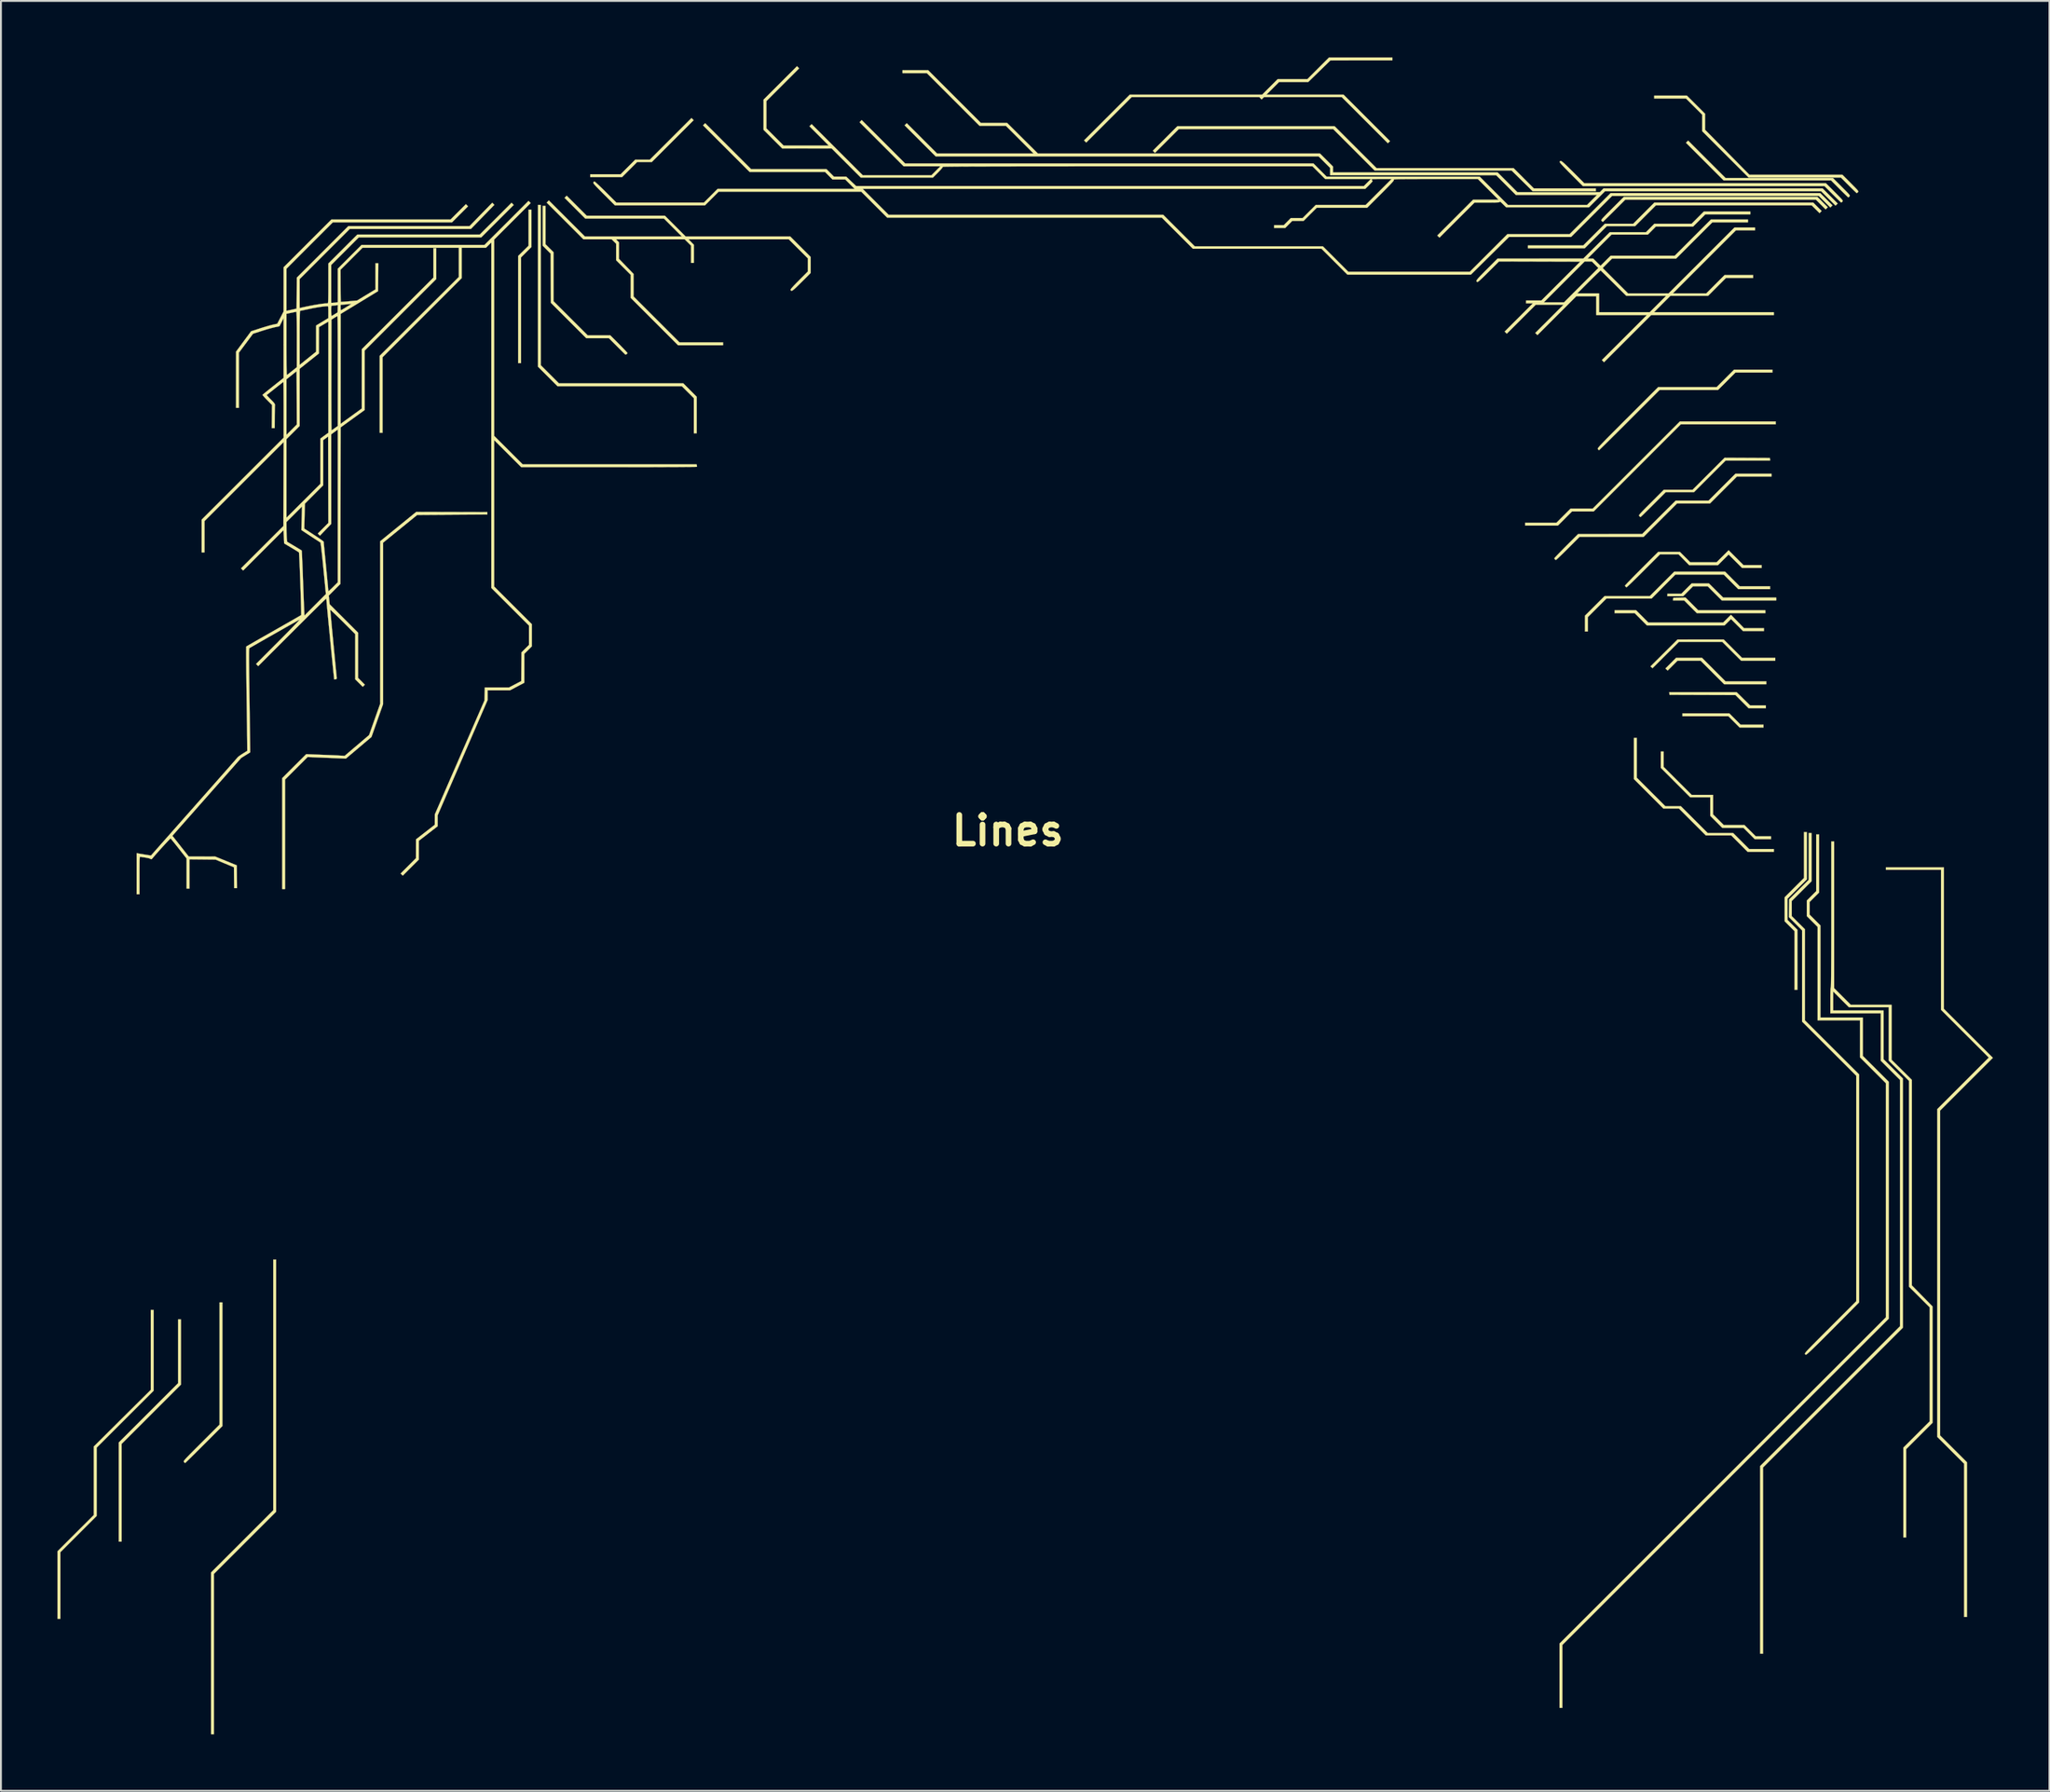
<source format=kicad_pcb>
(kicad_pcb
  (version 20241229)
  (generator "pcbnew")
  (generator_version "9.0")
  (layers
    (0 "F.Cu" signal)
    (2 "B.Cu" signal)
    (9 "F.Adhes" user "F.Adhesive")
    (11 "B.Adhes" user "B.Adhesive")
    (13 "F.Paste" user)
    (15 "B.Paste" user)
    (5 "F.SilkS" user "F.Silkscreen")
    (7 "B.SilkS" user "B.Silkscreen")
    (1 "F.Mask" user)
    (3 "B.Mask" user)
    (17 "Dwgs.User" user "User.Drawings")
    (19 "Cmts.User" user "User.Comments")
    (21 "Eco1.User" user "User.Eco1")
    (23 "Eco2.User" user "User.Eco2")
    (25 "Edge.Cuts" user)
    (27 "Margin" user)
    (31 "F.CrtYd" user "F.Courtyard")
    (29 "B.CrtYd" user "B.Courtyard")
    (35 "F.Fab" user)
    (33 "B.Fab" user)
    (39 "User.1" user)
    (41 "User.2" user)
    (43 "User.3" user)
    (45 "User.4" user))
  (footprint "Lines"
    (layer "F.Cu")
    (at 50.605 45.505)
    (property "Reference" "Lines" (at -0.16 -4.45 0) (layer "F.SilkS") (effects (font (size 1.524 1.524) (thickness 0.3))))
    (attr through_hole)
    (fp_poly (pts (xy -44.05 24.963) (xy -45.625 26.538) (xy -47.2 28.112) (xy -47.2 33.3) (xy -47.35 33.3) (xy -47.35 28.037) (xy -45.775 26.462) (xy -44.2 24.888) (xy -44.2 21.5) (xy -44.05 21.5) (xy -44.05 24.963)) (stroke (width 0.01) (type solid)) (fill yes) (layer "F.SilkS"))
    (fp_poly (pts (xy -25.45 -35.437) (xy -25.725 -35.163) (xy -26 -34.888) (xy -26 -29.275) (xy -26.15 -29.275) (xy -26.15 -34.965) (xy -25.875 -35.236) (xy -25.6 -35.507) (xy -25.6 -37.425) (xy -25.45 -37.425) (xy -25.45 -35.437)) (stroke (width 0.01) (type solid)) (fill yes) (layer "F.SilkS"))
    (fp_poly (pts (xy 36.15 -16.488) (xy 36.487 -16.15) (xy 40.05 -16.15) (xy 40.05 -16) (xy 36.412 -16) (xy 36.075 -16.337) (xy 35.738 -16.675) (xy 35.147 -16.675) (xy 35.163 -16.812) (xy 35.812 -16.826) (xy 36.15 -16.488)) (stroke (width 0.01) (type solid)) (fill yes) (layer "F.SilkS"))
    (fp_poly (pts (xy 38.438 -10.375) (xy 38.737 -10.075) (xy 39.95 -10.075) (xy 39.95 -9.925) (xy 38.687 -9.925) (xy 38.388 -10.225) (xy 38.088 -10.525) (xy 35.65 -10.525) (xy 35.65 -10.675) (xy 38.138 -10.675) (xy 38.438 -10.375)) (stroke (width 0.01) (type solid)) (fill yes) (layer "F.SilkS"))
    (fp_poly (pts (xy -39 31.713) (xy -40.65 33.362) (xy -42.3 35.012) (xy -42.3 39.269) (xy -42.3 43.525) (xy -42.45 43.525) (xy -42.45 34.937) (xy -40.8 33.288) (xy -39.15 31.638) (xy -39.15 18.325) (xy -39 18.325) (xy -39 31.713)) (stroke (width 0.01) (type solid)) (fill yes) (layer "F.SilkS"))
    (fp_poly (pts (xy 38.882 -11.451) (xy 39.237 -11.101) (xy 40.075 -11.1) (xy 40.075 -10.95) (xy 39.162 -10.95) (xy 38.813 -11.3) (xy 38.464 -11.65) (xy 36.713 -11.656) (xy 34.962 -11.662) (xy 34.947 -11.8) (xy 38.526 -11.8) (xy 38.882 -11.451)) (stroke (width 0.01) (type solid)) (fill yes) (layer "F.SilkS"))
    (fp_poly (pts (xy -24.95 -29.162) (xy -23.987 -28.2) (xy -17.387 -28.2) (xy -17.031 -27.843) (xy -16.675 -27.487) (xy -16.675 -25.55) (xy -16.825 -25.55) (xy -16.825 -27.413) (xy -17.463 -28.05) (xy -24.062 -28.05) (xy -25.1 -29.087) (xy -25.1 -37.675) (xy -24.95 -37.675) (xy -24.95 -29.162)) (stroke (width 0.01) (type solid)) (fill yes) (layer "F.SilkS"))
    (fp_poly (pts (xy -16.838 -42.174) (xy -17.95 -41.062) (xy -19.062 -39.95) (xy -19.838 -39.95) (xy -20.238 -39.55) (xy -20.637 -39.15) (xy -22.325 -39.15) (xy -22.325 -39.3) (xy -20.712 -39.3) (xy -20.325 -39.688) (xy -19.938 -40.075) (xy -19.163 -40.075) (xy -18.057 -41.181) (xy -16.951 -42.287) (xy -16.838 -42.174)) (stroke (width 0.01) (type solid)) (fill yes) (layer "F.SilkS"))
    (fp_poly (pts (xy 37.312 -13) (xy 37.937 -12.375) (xy 40.1 -12.375) (xy 40.1 -12.225) (xy 37.862 -12.225) (xy 37.237 -12.85) (xy 36.613 -13.475) (xy 35.387 -13.475) (xy 35.126 -13.213) (xy 34.865 -12.951) (xy 34.806 -13.006) (xy 34.748 -13.06) (xy 35.312 -13.625) (xy 36.688 -13.625) (xy 37.312 -13)) (stroke (width 0.01) (type solid)) (fill yes) (layer "F.SilkS"))
    (fp_poly (pts (xy 38.325 -14.113) (xy 38.812 -13.625) (xy 40.575 -13.625) (xy 40.575 -13.475) (xy 38.762 -13.475) (xy 38.263 -13.975) (xy 37.763 -14.475) (xy 35.463 -14.475) (xy 34.763 -13.776) (xy 34.062 -13.078) (xy 33.952 -13.169) (xy 34.67 -13.884) (xy 35.388 -14.599) (xy 37.838 -14.6) (xy 38.325 -14.113)) (stroke (width 0.01) (type solid)) (fill yes) (layer "F.SilkS"))
    (fp_poly (pts (xy 37.811 -16.825) (xy 40.625 -16.825) (xy 40.625 -16.675) (xy 37.737 -16.675) (xy 37.362 -17.05) (xy 36.988 -17.425) (xy 36.212 -17.425) (xy 35.95 -17.163) (xy 35.688 -16.9) (xy 34.85 -16.9) (xy 34.85 -17.025) (xy 35.588 -17.025) (xy 35.862 -17.3) (xy 36.137 -17.575) (xy 37.055 -17.575) (xy 37.811 -16.825)) (stroke (width 0.01) (type solid)) (fill yes) (layer "F.SilkS"))
    (fp_poly (pts (xy 40.6 -26.025) (xy 35.562 -26.025) (xy 33.25 -23.712) (xy 30.938 -21.4) (xy 29.787 -21.4) (xy 29.413 -21.025) (xy 29.038 -20.65) (xy 27.3 -20.65) (xy 27.3 -20.8) (xy 28.963 -20.8) (xy 29.337 -21.175) (xy 29.712 -21.55) (xy 30.888 -21.55) (xy 33.2 -23.863) (xy 35.512 -26.175) (xy 40.6 -26.175) (xy 40.6 -26.025)) (stroke (width 0.01) (type solid)) (fill yes) (layer "F.SilkS"))
    (fp_poly (pts (xy 42.25 -1.862) (xy 41.737 -1.35) (xy 41.225 -0.838) (xy 41.225 0.288) (xy 41.487 0.55) (xy 41.75 0.812) (xy 41.75 4) (xy 41.6 4) (xy 41.6 0.887) (xy 41.337 0.625) (xy 41.075 0.363) (xy 41.075 -0.913) (xy 41.587 -1.425) (xy 42.1 -1.937) (xy 42.1 -4.375) (xy 42.25 -4.375) (xy 42.25 -1.862)) (stroke (width 0.01) (type solid)) (fill yes) (layer "F.SilkS"))
    (fp_poly (pts (xy -45.5 23.144) (xy -45.5 25.288) (xy -47.013 26.8) (xy -48.525 28.312) (xy -48.525 30.125) (xy -48.525 31.938) (xy -49.487 32.9) (xy -50.45 33.862) (xy -50.45 37.4) (xy -50.6 37.4) (xy -50.6 33.812) (xy -49.638 32.85) (xy -48.675 31.888) (xy -48.675 28.25) (xy -47.163 26.746) (xy -45.65 25.243) (xy -45.65 21) (xy -45.5 21) (xy -45.5 23.144)) (stroke (width 0.01) (type solid)) (fill yes) (layer "F.SilkS"))
    (fp_poly (pts (xy 18.3 -40.737) (xy 19.412 -39.625) (xy 26.688 -39.625) (xy 27.225 -39.087) (xy 27.762 -38.55) (xy 31.05 -38.55) (xy 31.05 -38.4) (xy 27.701 -38.4) (xy 26.581 -39.5) (xy 19.312 -39.5) (xy 18.212 -40.6) (xy 17.113 -41.7) (xy 8.913 -41.7) (xy 8.282 -41.069) (xy 7.651 -40.438) (xy 7.538 -40.551) (xy 8.188 -41.2) (xy 8.837 -41.85) (xy 17.188 -41.85) (xy 18.3 -40.737)) (stroke (width 0.01) (type solid)) (fill yes) (layer "F.SilkS"))
    (fp_poly (pts (xy 43.036 -37.35) (xy 42.925 -37.239) (xy 42.718 -37.444) (xy 42.511 -37.65) (xy 34.237 -37.65) (xy 33.688 -37.1) (xy 33.138 -36.55) (xy 31.637 -36.55) (xy 31.05 -35.962) (xy 30.463 -35.375) (xy 27.45 -35.375) (xy 27.45 -35.525) (xy 30.388 -35.525) (xy 30.962 -36.1) (xy 31.537 -36.675) (xy 33.038 -36.675) (xy 33.6 -37.237) (xy 34.162 -37.8) (xy 42.589 -37.8) (xy 43.036 -37.35)) (stroke (width 0.01) (type solid)) (fill yes) (layer "F.SilkS"))
    (fp_poly (pts (xy 33.513 -15.825) (xy 33.837 -15.5) (xy 37.811 -15.5) (xy 38.018 -15.705) (xy 38.224 -15.91) (xy 38.571 -15.555) (xy 38.918 -15.2) (xy 39.975 -15.2) (xy 39.975 -15.05) (xy 38.862 -15.05) (xy 38.544 -15.368) (xy 38.226 -15.687) (xy 38.056 -15.518) (xy 37.886 -15.35) (xy 33.762 -15.35) (xy 33.438 -15.675) (xy 33.113 -16) (xy 32.05 -16) (xy 32.05 -16.15) (xy 33.188 -16.15) (xy 33.513 -15.825)) (stroke (width 0.01) (type solid)) (fill yes) (layer "F.SilkS"))
    (fp_poly (pts (xy 33.225 -7.262) (xy 33.981 -6.506) (xy 34.738 -5.75) (xy 35.563 -5.75) (xy 36.275 -5.037) (xy 36.987 -4.325) (xy 38.338 -4.325) (xy 38.763 -3.9) (xy 39.187 -3.475) (xy 40.5 -3.475) (xy 40.5 -3.325) (xy 39.112 -3.325) (xy 38.675 -3.763) (xy 38.238 -4.2) (xy 36.887 -4.2) (xy 36.175 -4.912) (xy 35.463 -5.625) (xy 34.637 -5.625) (xy 33.075 -7.188) (xy 33.075 -9.375) (xy 33.225 -9.375) (xy 33.225 -7.262)) (stroke (width 0.01) (type solid)) (fill yes) (layer "F.SilkS"))
    (fp_poly (pts (xy 49.525 5.013) (xy 50.825 6.313) (xy 52.125 7.612) (xy 50.725 9.012) (xy 49.325 10.413) (xy 49.325 27.663) (xy 50.038 28.375) (xy 50.75 29.087) (xy 50.75 37.3) (xy 50.6 37.3) (xy 50.6 29.162) (xy 49.888 28.45) (xy 49.175 27.738) (xy 49.175 10.338) (xy 51.912 7.6) (xy 50.644 6.331) (xy 49.375 5.062) (xy 49.375 -2.375) (xy 46.45 -2.375) (xy 46.45 -2.5) (xy 49.525 -2.5) (xy 49.525 5.013)) (stroke (width 0.01) (type solid)) (fill yes) (layer "F.SilkS"))
    (fp_poly (pts (xy 34.65 -7.837) (xy 35.394 -7.094) (xy 36.138 -6.35) (xy 37.275 -6.35) (xy 37.275 -5.312) (xy 37.557 -5.031) (xy 37.838 -4.75) (xy 38.938 -4.75) (xy 39.237 -4.45) (xy 39.537 -4.15) (xy 40.35 -4.15) (xy 40.35 -4) (xy 39.487 -4) (xy 39.188 -4.3) (xy 38.888 -4.6) (xy 37.762 -4.6) (xy 37.125 -5.238) (xy 37.125 -6.225) (xy 36.059 -6.225) (xy 34.5 -7.787) (xy 34.5 -8.65) (xy 34.65 -8.65) (xy 34.65 -7.837)) (stroke (width 0.01) (type solid)) (fill yes) (layer "F.SilkS"))
    (fp_poly (pts (xy 38.3 -17.812) (xy 38.687 -17.425) (xy 40.3 -17.425) (xy 40.3 -17.275) (xy 38.612 -17.275) (xy 38.225 -17.663) (xy 37.838 -18.05) (xy 35.274 -18.05) (xy 34.643 -17.413) (xy 34.012 -16.775) (xy 31.612 -16.775) (xy 31.119 -16.281) (xy 30.625 -15.787) (xy 30.625 -15.025) (xy 30.475 -15.025) (xy 30.475 -15.863) (xy 30.994 -16.381) (xy 31.513 -16.9) (xy 33.913 -16.9) (xy 34.562 -17.55) (xy 35.212 -18.2) (xy 37.913 -18.2) (xy 38.3 -17.812)) (stroke (width 0.01) (type solid)) (fill yes) (layer "F.SilkS"))
    (fp_poly (pts (xy 36.944 -40.093) (xy 37.938 -39.1) (xy 43.638 -39.1) (xy 44.099 -38.639) (xy 44.238 -38.499) (xy 44.346 -38.39) (xy 44.425 -38.308) (xy 44.479 -38.248) (xy 44.513 -38.205) (xy 44.529 -38.176) (xy 44.532 -38.155) (xy 44.524 -38.138) (xy 44.514 -38.126) (xy 44.475 -38.089) (xy 44.452 -38.075) (xy 44.431 -38.092) (xy 44.38 -38.14) (xy 44.303 -38.214) (xy 44.205 -38.309) (xy 44.092 -38.42) (xy 43.987 -38.525) (xy 43.538 -38.975) (xy 37.837 -38.975) (xy 36.838 -39.975) (xy 35.838 -40.974) (xy 35.951 -41.087) (xy 36.944 -40.093)) (stroke (width 0.01) (type solid)) (fill yes) (layer "F.SilkS"))
    (fp_poly (pts (xy -41.85 27.163) (xy -42.831 28.144) (xy -43.014 28.327) (xy -43.187 28.498) (xy -43.345 28.656) (xy -43.487 28.796) (xy -43.608 28.915) (xy -43.706 29.011) (xy -43.777 29.079) (xy -43.818 29.118) (xy -43.827 29.125) (xy -43.853 29.108) (xy -43.889 29.074) (xy -43.898 29.062) (xy -43.903 29.049) (xy -43.9 29.032) (xy -43.888 29.007) (xy -43.863 28.973) (xy -43.823 28.925) (xy -43.765 28.861) (xy -43.686 28.779) (xy -43.585 28.675) (xy -43.458 28.546) (xy -43.302 28.39) (xy -43.116 28.204) (xy -42.967 28.055) (xy -42 27.087) (xy -42 20.6) (xy -41.85 20.6) (xy -41.85 27.163)) (stroke (width 0.01) (type solid)) (fill yes) (layer "F.SilkS"))
    (fp_poly (pts (xy 43.087 -37.825) (xy 43.361 -37.55) (xy 43.25 -37.439) (xy 42.993 -37.694) (xy 42.737 -37.95) (xy 32.612 -37.95) (xy 32.025 -37.362) (xy 31.884 -37.222) (xy 31.755 -37.094) (xy 31.641 -36.982) (xy 31.546 -36.89) (xy 31.476 -36.822) (xy 31.433 -36.783) (xy 31.423 -36.775) (xy 31.397 -36.792) (xy 31.361 -36.826) (xy 31.35 -36.841) (xy 31.345 -36.856) (xy 31.349 -36.877) (xy 31.365 -36.906) (xy 31.398 -36.947) (xy 31.45 -37.005) (xy 31.524 -37.083) (xy 31.623 -37.185) (xy 31.752 -37.314) (xy 31.912 -37.474) (xy 31.926 -37.489) (xy 32.537 -38.1) (xy 42.813 -38.1) (xy 43.087 -37.825)) (stroke (width 0.01) (type solid)) (fill yes) (layer "F.SilkS"))
    (fp_poly (pts (xy 42.9 -1.162) (xy 42.65 -0.913) (xy 42.4 -0.663) (xy 42.4 0.013) (xy 42.688 0.3) (xy 42.975 0.587) (xy 42.975 5.475) (xy 45.225 5.475) (xy 45.225 7.513) (xy 45.913 8.2) (xy 46.6 8.887) (xy 46.6 21.463) (xy 37.938 30.125) (xy 29.275 38.787) (xy 29.275 42.125) (xy 29.125 42.125) (xy 29.125 38.712) (xy 37.788 30.05) (xy 46.45 21.388) (xy 46.45 8.962) (xy 45.763 8.275) (xy 45.075 7.588) (xy 45.075 5.625) (xy 42.825 5.625) (xy 42.825 0.662) (xy 42.538 0.375) (xy 42.25 0.088) (xy 42.25 -0.738) (xy 42.5 -0.988) (xy 42.75 -1.237) (xy 42.75 -4.25) (xy 42.9 -4.25) (xy 42.9 -1.162)) (stroke (width 0.01) (type solid)) (fill yes) (layer "F.SilkS"))
    (fp_poly (pts (xy -27.788 -21.363) (xy -27.788 -21.238) (xy -31.512 -21.212) (xy -33.324 -19.738) (xy -33.324 -11.162) (xy -33.937 -9.425) (xy -34.617 -8.85) (xy -35.296 -8.276) (xy -36.312 -8.318) (xy -37.328 -8.36) (xy -37.926 -7.761) (xy -38.525 -7.163) (xy -38.525 -1.35) (xy -38.675 -1.35) (xy -38.675 -7.238) (xy -38.039 -7.874) (xy -37.402 -8.51) (xy -36.595 -8.479) (xy -36.387 -8.471) (xy -36.186 -8.463) (xy -35.998 -8.455) (xy -35.833 -8.447) (xy -35.698 -8.441) (xy -35.601 -8.436) (xy -35.575 -8.434) (xy -35.362 -8.42) (xy -34.713 -8.972) (xy -34.064 -9.524) (xy -33.77 -10.356) (xy -33.475 -11.188) (xy -33.475 -15.502) (xy -33.475 -19.816) (xy -31.562 -21.373) (xy -27.788 -21.363)) (stroke (width 0.01) (type solid)) (fill yes) (layer "F.SilkS"))
    (fp_poly (pts (xy -24.7 -35.586) (xy -24.488 -35.375) (xy -24.275 -35.164) (xy -24.275 -32.562) (xy -23.369 -31.656) (xy -22.462 -30.75) (xy -21.262 -30.75) (xy -20.806 -30.294) (xy -20.683 -30.169) (xy -20.572 -30.055) (xy -20.479 -29.957) (xy -20.408 -29.879) (xy -20.363 -29.827) (xy -20.35 -29.807) (xy -20.369 -29.776) (xy -20.411 -29.743) (xy -20.452 -29.725) (xy -20.455 -29.725) (xy -20.474 -29.742) (xy -20.524 -29.79) (xy -20.599 -29.863) (xy -20.694 -29.958) (xy -20.806 -30.069) (xy -20.9 -30.163) (xy -21.337 -30.6) (xy -22.538 -30.6) (xy -23.475 -31.538) (xy -24.413 -32.475) (xy -24.419 -33.781) (xy -24.425 -35.087) (xy -24.85 -35.513) (xy -24.85 -37.625) (xy -24.7 -37.625) (xy -24.7 -35.586)) (stroke (width 0.01) (type solid)) (fill yes) (layer "F.SilkS"))
    (fp_poly (pts (xy 40.288 -24.238) (xy 40.295 -24.169) (xy 40.303 -24.1) (xy 37.937 -24.1) (xy 37.1 -23.262) (xy 36.263 -22.425) (xy 34.762 -22.425) (xy 34.1 -21.762) (xy 33.95 -21.613) (xy 33.812 -21.476) (xy 33.688 -21.354) (xy 33.584 -21.251) (xy 33.502 -21.172) (xy 33.447 -21.121) (xy 33.423 -21.1) (xy 33.423 -21.1) (xy 33.397 -21.117) (xy 33.361 -21.151) (xy 33.35 -21.165) (xy 33.345 -21.18) (xy 33.349 -21.2) (xy 33.365 -21.228) (xy 33.395 -21.268) (xy 33.445 -21.324) (xy 33.515 -21.398) (xy 33.609 -21.495) (xy 33.731 -21.618) (xy 33.884 -21.771) (xy 33.989 -21.876) (xy 34.662 -22.55) (xy 36.188 -22.55) (xy 37.038 -23.4) (xy 37.888 -24.25) (xy 40.288 -24.238)) (stroke (width 0.01) (type solid)) (fill yes) (layer "F.SilkS"))
    (fp_poly (pts (xy 20.25 -45.35) (xy 16.962 -45.348) (xy 16.375 -44.774) (xy 15.787 -44.201) (xy 15.012 -44.201) (xy 14.237 -44.2) (xy 13.9 -43.863) (xy 13.563 -43.525) (xy 17.663 -43.525) (xy 18.895 -42.293) (xy 20.127 -41.06) (xy 20.069 -41.006) (xy 20.011 -40.951) (xy 18.787 -42.176) (xy 17.563 -43.4) (xy 15.501 -43.4) (xy 13.44 -43.4) (xy 13.375 -43.337) (xy 13.309 -43.274) (xy 13.191 -43.4) (xy 9.802 -43.4) (xy 6.413 -43.4) (xy 5.207 -42.194) (xy 4.001 -40.988) (xy 3.888 -41.101) (xy 5.1 -42.313) (xy 6.312 -43.525) (xy 13.338 -43.525) (xy 13.75 -43.938) (xy 14.162 -44.35) (xy 15.738 -44.35) (xy 16.312 -44.925) (xy 16.887 -45.5) (xy 20.25 -45.5) (xy 20.25 -45.35)) (stroke (width 0.01) (type solid)) (fill yes) (layer "F.SilkS"))
    (fp_poly (pts (xy 40.375 -23.25) (xy 38.537 -23.25) (xy 37.825 -22.538) (xy 37.113 -21.825) (xy 35.362 -21.825) (xy 34.475 -20.938) (xy 33.588 -20.05) (xy 30.187 -20.05) (xy 29.575 -19.438) (xy 29.431 -19.294) (xy 29.297 -19.162) (xy 29.178 -19.047) (xy 29.079 -18.951) (xy 29.002 -18.88) (xy 28.953 -18.837) (xy 28.936 -18.825) (xy 28.897 -18.841) (xy 28.88 -18.855) (xy 28.854 -18.896) (xy 28.85 -18.911) (xy 28.867 -18.935) (xy 28.916 -18.989) (xy 28.992 -19.07) (xy 29.092 -19.174) (xy 29.211 -19.296) (xy 29.346 -19.433) (xy 29.481 -19.569) (xy 30.113 -20.2) (xy 33.513 -20.201) (xy 34.403 -21.088) (xy 35.294 -21.975) (xy 37.038 -21.975) (xy 37.75 -22.688) (xy 38.462 -23.4) (xy 40.375 -23.4) (xy 40.375 -23.25)) (stroke (width 0.01) (type solid)) (fill yes) (layer "F.SilkS"))
    (fp_poly (pts (xy 36.369 -42.994) (xy 36.85 -42.513) (xy 36.85 -42.088) (xy 36.85 -41.663) (xy 38.027 -40.469) (xy 39.204 -39.275) (xy 44.138 -39.275) (xy 44.574 -38.839) (xy 44.709 -38.703) (xy 44.812 -38.599) (xy 44.887 -38.52) (xy 44.938 -38.464) (xy 44.968 -38.424) (xy 44.981 -38.396) (xy 44.981 -38.376) (xy 44.971 -38.36) (xy 44.964 -38.351) (xy 44.925 -38.314) (xy 44.902 -38.3) (xy 44.881 -38.317) (xy 44.83 -38.364) (xy 44.753 -38.438) (xy 44.657 -38.532) (xy 44.546 -38.641) (xy 44.475 -38.712) (xy 44.063 -39.125) (xy 39.163 -39.125) (xy 37.931 -40.356) (xy 36.7 -41.587) (xy 36.7 -42.463) (xy 36.268 -42.894) (xy 35.837 -43.325) (xy 34.993 -43.325) (xy 34.15 -43.325) (xy 34.15 -43.475) (xy 35.019 -43.475) (xy 35.887 -43.475) (xy 36.369 -42.994)) (stroke (width 0.01) (type solid)) (fill yes) (layer "F.SilkS"))
    (fp_poly (pts (xy 29.228 -39.995) (xy 29.279 -39.959) (xy 29.348 -39.901) (xy 29.439 -39.817) (xy 29.555 -39.705) (xy 29.7 -39.562) (xy 29.834 -39.429) (xy 30.438 -38.825) (xy 43.263 -38.825) (xy 43.724 -38.364) (xy 43.863 -38.224) (xy 43.971 -38.115) (xy 44.05 -38.033) (xy 44.104 -37.973) (xy 44.138 -37.93) (xy 44.154 -37.901) (xy 44.157 -37.88) (xy 44.149 -37.863) (xy 44.139 -37.851) (xy 44.1 -37.814) (xy 44.077 -37.8) (xy 44.056 -37.817) (xy 44.005 -37.865) (xy 43.928 -37.938) (xy 43.831 -38.033) (xy 43.719 -38.144) (xy 43.625 -38.237) (xy 43.188 -38.675) (xy 30.362 -38.675) (xy 29.74 -39.298) (xy 29.561 -39.478) (xy 29.416 -39.626) (xy 29.303 -39.745) (xy 29.22 -39.835) (xy 29.166 -39.9) (xy 29.138 -39.942) (xy 29.133 -39.961) (xy 29.147 -39.99) (xy 29.165 -40.007) (xy 29.191 -40.01) (xy 29.228 -39.995)) (stroke (width 0.01) (type solid)) (fill yes) (layer "F.SilkS"))
    (fp_poly (pts (xy 38.494 -18.943) (xy 38.888 -18.55) (xy 39.85 -18.55) (xy 39.85 -18.4) (xy 38.813 -18.4) (xy 38.457 -18.756) (xy 38.1 -19.112) (xy 37.818 -18.831) (xy 37.537 -18.55) (xy 36.004 -18.55) (xy 35.441 -19.125) (xy 34.462 -19.125) (xy 33.587 -18.25) (xy 33.415 -18.078) (xy 33.252 -17.916) (xy 33.103 -17.77) (xy 32.972 -17.641) (xy 32.861 -17.534) (xy 32.774 -17.452) (xy 32.715 -17.398) (xy 32.688 -17.375) (xy 32.686 -17.375) (xy 32.647 -17.391) (xy 32.63 -17.405) (xy 32.604 -17.446) (xy 32.6 -17.461) (xy 32.617 -17.484) (xy 32.666 -17.538) (xy 32.744 -17.62) (xy 32.848 -17.727) (xy 32.973 -17.856) (xy 33.117 -18.003) (xy 33.277 -18.163) (xy 33.448 -18.335) (xy 33.481 -18.369) (xy 34.363 -19.25) (xy 35.513 -19.25) (xy 35.788 -18.975) (xy 36.062 -18.7) (xy 37.462 -18.7) (xy 37.781 -19.018) (xy 38.1 -19.337) (xy 38.494 -18.943)) (stroke (width 0.01) (type solid)) (fill yes) (layer "F.SilkS"))
    (fp_poly (pts (xy 40.425 -28.775) (xy 38.462 -28.775) (xy 38 -28.312) (xy 37.538 -27.85) (xy 34.437 -27.85) (xy 32.837 -26.25) (xy 32.603 -26.015) (xy 32.378 -25.791) (xy 32.166 -25.58) (xy 31.968 -25.384) (xy 31.789 -25.205) (xy 31.629 -25.047) (xy 31.492 -24.912) (xy 31.38 -24.803) (xy 31.296 -24.721) (xy 31.242 -24.669) (xy 31.22 -24.65) (xy 31.22 -24.65) (xy 31.195 -24.668) (xy 31.164 -24.706) (xy 31.158 -24.716) (xy 31.155 -24.728) (xy 31.159 -24.744) (xy 31.17 -24.766) (xy 31.191 -24.796) (xy 31.224 -24.837) (xy 31.271 -24.89) (xy 31.334 -24.958) (xy 31.416 -25.044) (xy 31.517 -25.149) (xy 31.641 -25.275) (xy 31.79 -25.425) (xy 31.965 -25.601) (xy 32.168 -25.805) (xy 32.402 -26.04) (xy 32.669 -26.307) (xy 32.743 -26.381) (xy 34.362 -28) (xy 37.463 -28) (xy 37.925 -28.462) (xy 38.387 -28.925) (xy 40.425 -28.925) (xy 40.425 -28.775)) (stroke (width 0.01) (type solid)) (fill yes) (layer "F.SilkS"))
    (fp_poly (pts (xy 42.5 -1.762) (xy 41.975 -1.238) (xy 41.45 -0.713) (xy 41.45 0.088) (xy 41.8 0.437) (xy 42.15 0.786) (xy 42.149 3.204) (xy 42.149 5.622) (xy 43.587 7.058) (xy 45.025 8.493) (xy 45.025 20.598) (xy 43.9 21.734) (xy 43.694 21.941) (xy 43.492 22.144) (xy 43.296 22.34) (xy 43.112 22.524) (xy 42.942 22.693) (xy 42.791 22.842) (xy 42.663 22.967) (xy 42.562 23.066) (xy 42.492 23.132) (xy 42.49 23.134) (xy 42.383 23.234) (xy 42.306 23.304) (xy 42.252 23.348) (xy 42.217 23.369) (xy 42.193 23.373) (xy 42.175 23.363) (xy 42.161 23.348) (xy 42.153 23.338) (xy 42.149 23.327) (xy 42.151 23.311) (xy 42.162 23.29) (xy 42.183 23.259) (xy 42.217 23.217) (xy 42.266 23.162) (xy 42.332 23.091) (xy 42.418 23.002) (xy 42.525 22.891) (xy 42.657 22.758) (xy 42.814 22.599) (xy 43 22.412) (xy 43.217 22.195) (xy 43.467 21.946) (xy 43.495 21.917) (xy 44.875 20.537) (xy 44.875 8.562) (xy 43.438 7.125) (xy 42 5.688) (xy 42 0.845) (xy 41.65 0.492) (xy 41.3 0.139) (xy 41.306 -0.33) (xy 41.312 -0.8) (xy 41.831 -1.319) (xy 42.35 -1.838) (xy 42.35 -4.325) (xy 42.5 -4.325) (xy 42.5 -1.762)) (stroke (width 0.01) (type solid)) (fill yes) (layer "F.SilkS"))
    (fp_poly (pts (xy 43.7 3.912) (xy 44.143 4.356) (xy 44.587 4.8) (xy 46.75 4.8) (xy 46.75 7.715) (xy 47.825 8.783) (xy 47.825 19.695) (xy 48.374 20.254) (xy 48.923 20.812) (xy 48.924 23.9) (xy 48.925 26.988) (xy 48.225 27.688) (xy 47.525 28.387) (xy 47.525 33.075) (xy 47.375 33.075) (xy 47.375 28.312) (xy 48.075 27.613) (xy 48.775 26.913) (xy 48.775 20.862) (xy 48.225 20.312) (xy 47.675 19.763) (xy 47.675 8.837) (xy 47.138 8.3) (xy 46.6 7.763) (xy 46.6 4.925) (xy 44.488 4.925) (xy 44.069 4.507) (xy 43.65 4.088) (xy 43.65 5.1) (xy 46.325 5.1) (xy 46.325 7.688) (xy 46.837 8.2) (xy 47.35 8.712) (xy 47.35 21.938) (xy 43.638 25.65) (xy 39.925 29.362) (xy 39.925 39.25) (xy 39.775 39.25) (xy 39.775 29.287) (xy 43.487 25.575) (xy 47.2 21.863) (xy 47.2 8.787) (xy 46.688 8.275) (xy 46.175 7.763) (xy 46.175 5.25) (xy 43.5 5.25) (xy 43.5 4.562) (xy 43.501 4.339) (xy 43.504 4.157) (xy 43.508 4.018) (xy 43.514 3.925) (xy 43.521 3.88) (xy 43.525 3.875) (xy 43.529 3.85) (xy 43.532 3.775) (xy 43.535 3.651) (xy 43.538 3.477) (xy 43.541 3.253) (xy 43.543 2.981) (xy 43.545 2.659) (xy 43.547 2.288) (xy 43.548 1.869) (xy 43.549 1.4) (xy 43.55 0.884) (xy 43.55 0.319) (xy 43.55 0) (xy 43.55 -3.875) (xy 43.7 -3.875) (xy 43.7 3.912)) (stroke (width 0.01) (type solid)) (fill yes) (layer "F.SilkS"))
    (fp_poly (pts (xy -23.043 -37.631) (xy -22.512 -37.1) (xy -20.437 -37.1) (xy -18.362 -37.1) (xy -17.812 -36.55) (xy -17.263 -36) (xy -11.712 -36) (xy -10.625 -34.912) (xy -10.625 -34.062) (xy -11.11 -33.577) (xy -11.262 -33.426) (xy -11.383 -33.309) (xy -11.477 -33.221) (xy -11.548 -33.161) (xy -11.601 -33.126) (xy -11.637 -33.113) (xy -11.663 -33.119) (xy -11.682 -33.142) (xy -11.692 -33.164) (xy -11.685 -33.189) (xy -11.653 -33.236) (xy -11.592 -33.307) (xy -11.502 -33.405) (xy -11.378 -33.533) (xy -11.241 -33.671) (xy -10.775 -34.138) (xy -10.775 -34.838) (xy -11.281 -35.344) (xy -11.788 -35.85) (xy -14.449 -35.85) (xy -17.111 -35.85) (xy -16.968 -35.706) (xy -16.825 -35.561) (xy -16.825 -34.6) (xy -16.975 -34.6) (xy -16.975 -35.514) (xy -17.144 -35.682) (xy -17.314 -35.85) (xy -20.96 -35.85) (xy -20.88 -35.768) (xy -20.8 -35.685) (xy -20.8 -34.81) (xy -20.414 -34.411) (xy -20.027 -34.013) (xy -20.026 -33.412) (xy -20.025 -32.812) (xy -18.806 -31.594) (xy -17.587 -30.375) (xy -15.275 -30.375) (xy -15.275 -30.225) (xy -17.663 -30.225) (xy -20.175 -32.738) (xy -20.175 -33.963) (xy -20.562 -34.35) (xy -20.95 -34.737) (xy -20.95 -35.614) (xy -21.189 -35.85) (xy -22.688 -35.85) (xy -23.662 -36.825) (xy -24.637 -37.799) (xy -24.524 -37.912) (xy -22.612 -36) (xy -17.463 -36) (xy -17.938 -36.475) (xy -18.412 -36.95) (xy -20.5 -36.95) (xy -22.588 -36.95) (xy -23.137 -37.5) (xy -23.687 -38.05) (xy -23.631 -38.106) (xy -23.575 -38.162) (xy -23.043 -37.631)) (stroke (width 0.01) (type solid)) (fill yes) (layer "F.SilkS"))
    (fp_poly (pts (xy 39.25 -37.175) (xy 36.862 -37.175) (xy 36.538 -36.85) (xy 36.213 -36.525) (xy 34.236 -36.525) (xy 34.025 -36.312) (xy 33.814 -36.1) (xy 32.85 -36.1) (xy 31.887 -36.1) (xy 31.25 -35.463) (xy 30.613 -34.825) (xy 30.762 -34.825) (xy 30.911 -34.825) (xy 31.106 -34.632) (xy 31.3 -34.439) (xy 31.838 -34.975) (xy 35.238 -34.975) (xy 36.2 -35.938) (xy 37.162 -36.9) (xy 39.125 -36.9) (xy 39.125 -36.75) (xy 37.237 -36.75) (xy 36.275 -35.788) (xy 35.313 -34.825) (xy 33.612 -34.825) (xy 31.912 -34.825) (xy 31.662 -34.575) (xy 31.413 -34.325) (xy 32.088 -33.65) (xy 32.762 -32.975) (xy 34.913 -32.975) (xy 36.663 -34.725) (xy 38.412 -36.475) (xy 39.5 -36.475) (xy 39.5 -36.325) (xy 38.487 -36.325) (xy 36.812 -34.65) (xy 35.138 -32.975) (xy 36.913 -32.975) (xy 37.4 -33.462) (xy 37.887 -33.95) (xy 39.4 -33.95) (xy 39.4 -33.8) (xy 37.962 -33.8) (xy 37.487 -33.325) (xy 37.013 -32.85) (xy 35.012 -32.85) (xy 34.575 -32.413) (xy 34.138 -31.975) (xy 40.5 -31.975) (xy 40.5 -31.825) (xy 33.988 -31.825) (xy 31.487 -29.324) (xy 31.374 -29.437) (xy 32.568 -30.631) (xy 33.762 -31.825) (xy 31.075 -31.825) (xy 31.075 -32.825) (xy 30.013 -32.825) (xy 27.951 -30.763) (xy 27.838 -30.876) (xy 28.588 -31.625) (xy 29.337 -32.375) (xy 27.863 -32.375) (xy 26.326 -30.838) (xy 26.269 -30.894) (xy 26.213 -30.951) (xy 26.963 -31.7) (xy 27.712 -32.45) (xy 27.35 -32.45) (xy 27.35 -32.5) (xy 28.288 -32.5) (xy 29.363 -32.5) (xy 29.838 -32.975) (xy 30.063 -32.975) (xy 31.225 -32.975) (xy 31.225 -31.975) (xy 33.913 -31.975) (xy 34.35 -32.413) (xy 34.787 -32.85) (xy 32.666 -32.85) (xy 31.995 -33.519) (xy 31.844 -33.669) (xy 31.704 -33.808) (xy 31.578 -33.931) (xy 31.472 -34.035) (xy 31.389 -34.116) (xy 31.332 -34.17) (xy 31.306 -34.193) (xy 31.305 -34.194) (xy 31.284 -34.178) (xy 31.232 -34.131) (xy 31.153 -34.056) (xy 31.051 -33.958) (xy 30.93 -33.841) (xy 30.795 -33.707) (xy 30.675 -33.588) (xy 30.063 -32.975) (xy 29.838 -32.975) (xy 30.275 -33.412) (xy 31.187 -34.324) (xy 31.013 -34.5) (xy 30.839 -34.675) (xy 30.462 -34.675) (xy 29.375 -33.587) (xy 28.288 -32.5) (xy 27.35 -32.5) (xy 27.35 -32.6) (xy 28.163 -32.6) (xy 29.194 -33.631) (xy 30.225 -34.663) (xy 25.913 -34.675) (xy 25.359 -34.122) (xy 25.189 -33.953) (xy 25.051 -33.819) (xy 24.943 -33.717) (xy 24.862 -33.645) (xy 24.806 -33.601) (xy 24.773 -33.583) (xy 24.764 -33.583) (xy 24.734 -33.598) (xy 24.717 -33.616) (xy 24.715 -33.643) (xy 24.731 -33.681) (xy 24.769 -33.733) (xy 24.829 -33.805) (xy 24.916 -33.899) (xy 25.032 -34.018) (xy 25.18 -34.168) (xy 25.265 -34.252) (xy 25.837 -34.825) (xy 30.387 -34.826) (xy 31.793 -36.225) (xy 33.714 -36.225) (xy 33.938 -36.45) (xy 34.161 -36.675) (xy 35.15 -36.675) (xy 36.138 -36.675) (xy 36.462 -37) (xy 36.787 -37.325) (xy 39.25 -37.325) (xy 39.25 -37.175)) (stroke (width 0.01) (type solid)) (fill yes) (layer "F.SilkS"))
    (fp_poly (pts (xy -11.238 -44.924) (xy -12.975 -43.187) (xy -12.975 -41.737) (xy -12.062 -40.825) (xy -9.663 -40.825) (xy -10.175 -41.337) (xy -10.687 -41.85) (xy -10.63 -41.906) (xy -10.574 -41.962) (xy -7.862 -39.25) (xy -6.037 -39.25) (xy -4.212 -39.25) (xy -3.975 -39.488) (xy -3.738 -39.725) (xy -4.713 -39.725) (xy -5.688 -39.725) (xy -6.857 -40.895) (xy -8.026 -42.064) (xy -7.972 -42.122) (xy -7.918 -42.18) (xy -6.765 -41.028) (xy -5.612 -39.875) (xy 16.063 -39.875) (xy 16.413 -39.525) (xy 16.762 -39.175) (xy 24.888 -39.175) (xy 25.637 -38.425) (xy 26.387 -37.675) (xy 30.588 -37.675) (xy 30.85 -37.938) (xy 31.112 -38.2) (xy 28.962 -38.2) (xy 26.812 -38.2) (xy 26.288 -38.725) (xy 25.763 -39.25) (xy 16.95 -39.25) (xy 16.95 -39.638) (xy 16.643 -39.944) (xy 16.337 -40.25) (xy 6.174 -40.25) (xy -3.988 -40.25) (xy -4.812 -41.075) (xy -5.637 -41.899) (xy -5.524 -42.012) (xy -3.912 -40.4) (xy 1.212 -40.4) (xy 0.475 -41.138) (xy -0.262 -41.875) (xy -1.663 -41.875) (xy -3.062 -43.275) (xy -4.462 -44.675) (xy -5.75 -44.675) (xy -5.75 -44.825) (xy -4.387 -44.825) (xy -2.987 -43.425) (xy -1.588 -42.025) (xy -0.195 -42.025) (xy 0.621 -41.213) (xy 1.438 -40.401) (xy 8.925 -40.4) (xy 16.413 -40.4) (xy 16.757 -40.056) (xy 17.1 -39.712) (xy 17.1 -39.4) (xy 25.838 -39.4) (xy 26.363 -38.875) (xy 26.887 -38.35) (xy 31.265 -38.35) (xy 31.363 -38.45) (xy 31.46 -38.55) (xy 43.088 -38.55) (xy 43.887 -37.75) (xy 43.775 -37.638) (xy 43.393 -38.019) (xy 43.012 -38.4) (xy 37.274 -38.4) (xy 31.537 -38.4) (xy 31.113 -37.975) (xy 30.688 -37.55) (xy 28.488 -37.55) (xy 26.289 -37.55) (xy 26.119 -37.718) (xy 26.033 -37.8) (xy 25.977 -37.844) (xy 25.951 -37.849) (xy 25.95 -37.843) (xy 25.947 -37.83) (xy 25.933 -37.82) (xy 25.904 -37.813) (xy 25.854 -37.807) (xy 25.777 -37.804) (xy 25.668 -37.801) (xy 25.521 -37.8) (xy 25.331 -37.8) (xy 25.281 -37.8) (xy 24.613 -37.8) (xy 23.682 -36.869) (xy 22.751 -35.938) (xy 22.638 -36.051) (xy 24.537 -37.95) (xy 25.887 -37.95) (xy 25.337 -38.5) (xy 24.788 -39.05) (xy 22.541 -39.05) (xy 22.153 -39.05) (xy 21.812 -39.05) (xy 21.516 -39.049) (xy 21.26 -39.049) (xy 21.043 -39.048) (xy 20.861 -39.046) (xy 20.711 -39.045) (xy 20.591 -39.042) (xy 20.497 -39.04) (xy 20.427 -39.036) (xy 20.378 -39.032) (xy 20.346 -39.028) (xy 20.329 -39.023) (xy 20.324 -39.016) (xy 20.326 -39.011) (xy 20.331 -38.997) (xy 20.324 -38.976) (xy 20.304 -38.944) (xy 20.266 -38.897) (xy 20.209 -38.833) (xy 20.13 -38.748) (xy 20.025 -38.64) (xy 19.891 -38.504) (xy 19.726 -38.338) (xy 19.636 -38.248) (xy 18.913 -37.525) (xy 16.237 -37.525) (xy 15.887 -37.175) (xy 15.538 -36.825) (xy 14.936 -36.825) (xy 14.75 -36.638) (xy 14.564 -36.45) (xy 13.975 -36.45) (xy 13.975 -36.6) (xy 14.489 -36.6) (xy 14.675 -36.788) (xy 14.861 -36.975) (xy 15.488 -36.975) (xy 15.838 -37.325) (xy 16.187 -37.675) (xy 18.838 -37.675) (xy 19.525 -38.362) (xy 20.212 -39.05) (xy 19.665 -39.05) (xy 19.486 -39.05) (xy 19.352 -39.049) (xy 19.257 -39.047) (xy 19.194 -39.043) (xy 19.159 -39.037) (xy 19.146 -39.029) (xy 19.148 -39.017) (xy 19.159 -39.004) (xy 19.191 -38.96) (xy 19.2 -38.935) (xy 19.183 -38.909) (xy 19.138 -38.856) (xy 19.071 -38.785) (xy 19.006 -38.718) (xy 18.811 -38.525) (xy -7.862 -38.525) (xy -7.175 -37.837) (xy -6.488 -37.15) (xy 8.088 -37.15) (xy 8.925 -36.312) (xy 9.762 -35.475) (xy 16.563 -35.475) (xy 17.238 -34.8) (xy 17.912 -34.125) (xy 24.363 -34.125) (xy 25.363 -35.125) (xy 26.362 -36.125) (xy 29.663 -36.125) (xy 30.75 -37.212) (xy 31.837 -38.3) (xy 37.4 -38.3) (xy 42.963 -38.3) (xy 43.611 -37.65) (xy 43.5 -37.539) (xy 43.193 -37.844) (xy 42.887 -38.15) (xy 31.912 -38.15) (xy 30.825 -37.062) (xy 29.738 -35.975) (xy 26.444 -35.975) (xy 24.422 -33.975) (xy 17.862 -33.975) (xy 17.175 -34.663) (xy 16.488 -35.35) (xy 9.662 -35.35) (xy 8.838 -36.175) (xy 8.013 -37) (xy -6.563 -37) (xy -7.25 -37.688) (xy -7.937 -38.375) (xy -15.513 -38.375) (xy -15.875 -38.013) (xy -16.237 -37.65) (xy -21.013 -37.65) (xy -21.6 -38.238) (xy -21.763 -38.401) (xy -21.892 -38.532) (xy -21.993 -38.636) (xy -22.067 -38.716) (xy -22.117 -38.775) (xy -22.148 -38.817) (xy -22.162 -38.846) (xy -22.162 -38.864) (xy -22.161 -38.867) (xy -22.124 -38.908) (xy -22.104 -38.919) (xy -22.08 -38.905) (xy -22.025 -38.859) (xy -21.944 -38.785) (xy -21.84 -38.689) (xy -21.72 -38.573) (xy -21.586 -38.443) (xy -21.507 -38.365) (xy -20.94 -37.8) (xy -18.613 -37.8) (xy -16.287 -37.8) (xy -15.925 -38.163) (xy -15.563 -38.525) (xy -11.926 -38.525) (xy -8.288 -38.525) (xy -8.538 -38.775) (xy -8.787 -39.025) (xy -9.464 -39.025) (xy -9.663 -39.225) (xy -9.861 -39.425) (xy -13.863 -39.425) (xy -15.1 -40.662) (xy -16.337 -41.899) (xy -16.281 -41.956) (xy -16.224 -42.012) (xy -15.006 -40.793) (xy -13.787 -39.575) (xy -9.786 -39.575) (xy -9.588 -39.375) (xy -9.389 -39.175) (xy -9.063 -39.175) (xy -8.737 -39.175) (xy -8.475 -38.926) (xy -8.213 -38.677) (xy 5.263 -38.676) (xy 18.739 -38.675) (xy 18.925 -38.862) (xy 19.111 -39.05) (xy 17.899 -39.05) (xy 16.687 -39.05) (xy 16.35 -39.388) (xy 16.013 -39.725) (xy 6.193 -39.725) (xy 5.295 -39.725) (xy 4.446 -39.725) (xy 3.646 -39.725) (xy 2.893 -39.724) (xy 2.186 -39.724) (xy 1.525 -39.723) (xy 0.908 -39.723) (xy 0.335 -39.722) (xy -0.194 -39.721) (xy -0.682 -39.72) (xy -1.129 -39.719) (xy -1.536 -39.718) (xy -1.903 -39.717) (xy -2.232 -39.716) (xy -2.523 -39.714) (xy -2.778 -39.713) (xy -2.997 -39.711) (xy -3.181 -39.709) (xy -3.331 -39.707) (xy -3.448 -39.705) (xy -3.533 -39.703) (xy -3.587 -39.701) (xy -3.61 -39.698) (xy -3.611 -39.697) (xy -3.621 -39.67) (xy -3.664 -39.615) (xy -3.732 -39.536) (xy -3.822 -39.441) (xy -3.865 -39.397) (xy -4.137 -39.125) (xy -6.049 -39.125) (xy -7.962 -39.125) (xy -8.738 -39.901) (xy -9.515 -40.677) (xy -10.825 -40.675) (xy -12.136 -40.674) (xy -13.125 -41.662) (xy -13.125 -43.263) (xy -12.238 -44.15) (xy -11.351 -45.037) (xy -11.238 -44.924)) (stroke (width 0.01) (type solid)) (fill yes) (layer "F.SilkS"))
    (fp_poly (pts (xy -25.488 -37.774) (xy -26.457 -36.806) (xy -27.425 -35.837) (xy -27.425 -25.412) (xy -26.669 -24.656) (xy -25.912 -23.9) (xy -16.681 -23.9) (xy -16.667 -23.846) (xy -16.66 -23.794) (xy -16.665 -23.771) (xy -16.691 -23.769) (xy -16.765 -23.766) (xy -16.883 -23.764) (xy -17.044 -23.763) (xy -17.246 -23.761) (xy -17.485 -23.759) (xy -17.759 -23.757) (xy -18.066 -23.756) (xy -18.403 -23.755) (xy -18.768 -23.753) (xy -19.159 -23.752) (xy -19.572 -23.752) (xy -20.006 -23.751) (xy -20.458 -23.75) (xy -20.925 -23.75) (xy -21.333 -23.75) (xy -25.987 -23.75) (xy -26.706 -24.469) (xy -27.425 -25.187) (xy -27.425 -21.3) (xy -27.425 -17.412) (xy -26.425 -16.413) (xy -25.425 -15.413) (xy -25.425 -14.236) (xy -25.625 -14.037) (xy -25.825 -13.839) (xy -25.825 -12.303) (xy -26.206 -12.102) (xy -26.587 -11.901) (xy -27.775 -11.9) (xy -27.775 -11.381) (xy -30.425 -5.263) (xy -30.425 -4.973) (xy -30.425 -4.684) (xy -30.924 -4.298) (xy -31.422 -3.913) (xy -31.424 -3.412) (xy -31.425 -2.912) (xy -31.85 -2.488) (xy -32.275 -2.063) (xy -32.331 -2.119) (xy -32.387 -2.175) (xy -31.981 -2.582) (xy -31.575 -2.988) (xy -31.574 -3.488) (xy -31.573 -3.987) (xy -31.074 -4.375) (xy -30.576 -4.763) (xy -30.574 -5.312) (xy -27.939 -11.363) (xy -27.931 -11.706) (xy -27.922 -12.05) (xy -27.28 -12.051) (xy -26.637 -12.051) (xy -25.988 -12.39) (xy -25.981 -13.152) (xy -25.974 -13.914) (xy -25.775 -14.113) (xy -25.575 -14.311) (xy -25.575 -14.825) (xy -25.575 -15.338) (xy -26.575 -16.338) (xy -27.575 -17.337) (xy -27.575 -35.686) (xy -27.719 -35.543) (xy -27.864 -35.4) (xy -29.15 -35.4) (xy -29.15 -33.787) (xy -31.25 -31.688) (xy -33.35 -29.588) (xy -33.35 -27.581) (xy -33.35 -25.575) (xy -33.5 -25.575) (xy -33.5 -29.662) (xy -29.3 -33.85) (xy -29.3 -35.4) (xy -34.413 -35.4) (xy -34.995 -34.817) (xy -35.578 -34.235) (xy -35.576 -33.387) (xy -35.575 -33.187) (xy -35.574 -33.002) (xy -35.572 -32.84) (xy -35.57 -32.706) (xy -35.567 -32.606) (xy -35.565 -32.545) (xy -35.563 -32.529) (xy -35.536 -32.528) (xy -35.467 -32.531) (xy -35.365 -32.538) (xy -35.238 -32.548) (xy -35.126 -32.558) (xy -34.699 -32.598) (xy -34.213 -32.893) (xy -33.726 -33.188) (xy -33.726 -33.881) (xy -33.725 -34.575) (xy -33.65 -34.575) (xy -33.574 -34.575) (xy -33.587 -33.095) (xy -34.58 -32.491) (xy -35.573 -31.887) (xy -35.574 -28.967) (xy -35.575 -26.046) (xy -35.469 -26.124) (xy -35.417 -26.162) (xy -35.333 -26.224) (xy -35.223 -26.303) (xy -35.095 -26.396) (xy -34.958 -26.495) (xy -34.907 -26.533) (xy -34.451 -26.863) (xy -34.451 -28.438) (xy -34.45 -30.013) (xy -32.55 -31.913) (xy -30.65 -33.812) (xy -30.65 -34.594) (xy -30.65 -35.375) (xy -30.5 -35.375) (xy -30.5 -34.556) (xy -30.5 -33.737) (xy -32.4 -31.838) (xy -34.3 -29.938) (xy -34.3 -28.361) (xy -34.3 -26.784) (xy -34.936 -26.323) (xy -35.573 -25.863) (xy -35.58 -21.707) (xy -35.587 -17.551) (xy -35.896 -17.241) (xy -36.205 -16.932) (xy -36.18 -16.7) (xy -36.156 -16.468) (xy -34.65 -14.962) (xy -34.65 -12.564) (xy -34.469 -12.382) (xy -34.289 -12.2) (xy -34.344 -12.144) (xy -34.4 -12.089) (xy -34.6 -12.288) (xy -34.8 -12.486) (xy -34.8 -14.888) (xy -35.462 -15.55) (xy -35.611 -15.698) (xy -35.748 -15.831) (xy -35.87 -15.948) (xy -35.972 -16.044) (xy -36.051 -16.116) (xy -36.103 -16.16) (xy -36.125 -16.172) (xy -36.125 -16.171) (xy -36.123 -16.139) (xy -36.116 -16.063) (xy -36.105 -15.946) (xy -36.091 -15.794) (xy -36.074 -15.613) (xy -36.055 -15.406) (xy -36.034 -15.179) (xy -36.011 -14.936) (xy -35.986 -14.683) (xy -35.962 -14.425) (xy -35.937 -14.166) (xy -35.913 -13.911) (xy -35.889 -13.666) (xy -35.867 -13.435) (xy -35.846 -13.222) (xy -35.828 -13.034) (xy -35.812 -12.875) (xy -35.799 -12.75) (xy -35.79 -12.663) (xy -35.786 -12.622) (xy -35.779 -12.551) (xy -35.786 -12.514) (xy -35.814 -12.497) (xy -35.839 -12.489) (xy -35.89 -12.48) (xy -35.915 -12.481) (xy -35.918 -12.507) (xy -35.926 -12.578) (xy -35.938 -12.689) (xy -35.954 -12.837) (xy -35.972 -13.017) (xy -35.993 -13.224) (xy -36.016 -13.454) (xy -36.041 -13.702) (xy -36.067 -13.964) (xy -36.094 -14.236) (xy -36.121 -14.512) (xy -36.148 -14.789) (xy -36.174 -15.062) (xy -36.2 -15.326) (xy -36.224 -15.577) (xy -36.247 -15.811) (xy -36.267 -16.022) (xy -36.284 -16.207) (xy -36.298 -16.361) (xy -36.309 -16.479) (xy -36.315 -16.558) (xy -36.317 -16.575) (xy -36.324 -16.667) (xy -36.332 -16.737) (xy -36.34 -16.772) (xy -36.341 -16.774) (xy -36.359 -16.758) (xy -36.411 -16.709) (xy -36.494 -16.63) (xy -36.604 -16.522) (xy -36.741 -16.388) (xy -36.901 -16.23) (xy -37.082 -16.051) (xy -37.282 -15.853) (xy -37.498 -15.638) (xy -37.728 -15.408) (xy -37.971 -15.167) (xy -38.151 -14.987) (xy -39.949 -13.188) (xy -40.062 -13.301) (xy -38.862 -14.504) (xy -38.662 -14.705) (xy -38.475 -14.894) (xy -38.304 -15.068) (xy -38.151 -15.226) (xy -38.018 -15.363) (xy -37.909 -15.477) (xy -37.826 -15.566) (xy -37.771 -15.627) (xy -37.748 -15.657) (xy -37.75 -15.659) (xy -37.903 -15.573) (xy -38.078 -15.474) (xy -38.271 -15.365) (xy -38.477 -15.249) (xy -38.693 -15.127) (xy -38.913 -15.001) (xy -39.134 -14.876) (xy -39.351 -14.753) (xy -39.56 -14.634) (xy -39.755 -14.522) (xy -39.934 -14.42) (xy -40.091 -14.329) (xy -40.223 -14.254) (xy -40.324 -14.195) (xy -40.391 -14.156) (xy -40.419 -14.138) (xy -40.42 -14.138) (xy -40.425 -14.125) (xy -40.429 -14.096) (xy -40.432 -14.047) (xy -40.435 -13.976) (xy -40.437 -13.88) (xy -40.438 -13.758) (xy -40.438 -13.606) (xy -40.437 -13.421) (xy -40.435 -13.203) (xy -40.433 -12.947) (xy -40.43 -12.651) (xy -40.425 -12.313) (xy -40.42 -11.931) (xy -40.414 -11.501) (xy -40.413 -11.461) (xy -40.408 -11.099) (xy -40.403 -10.75) (xy -40.398 -10.417) (xy -40.394 -10.103) (xy -40.39 -9.813) (xy -40.386 -9.549) (xy -40.383 -9.314) (xy -40.38 -9.113) (xy -40.378 -8.949) (xy -40.376 -8.824) (xy -40.375 -8.743) (xy -40.375 -8.71) (xy -40.375 -8.607) (xy -40.613 -8.46) (xy -40.851 -8.312) (xy -42.596 -6.338) (xy -42.836 -6.067) (xy -43.067 -5.805) (xy -43.288 -5.555) (xy -43.495 -5.32) (xy -43.688 -5.102) (xy -43.864 -4.903) (xy -44.02 -4.726) (xy -44.154 -4.575) (xy -44.263 -4.45) (xy -44.346 -4.356) (xy -44.401 -4.295) (xy -44.423 -4.27) (xy -44.504 -4.177) (xy -44.071 -3.626) (xy -43.638 -3.076) (xy -42.935 -3.076) (xy -42.232 -3.075) (xy -41.66 -2.842) (xy -41.087 -2.609) (xy -41.081 -2.005) (xy -41.074 -1.4) (xy -41.224 -1.4) (xy -41.231 -1.953) (xy -41.237 -2.506) (xy -41.725 -2.709) (xy -42.212 -2.913) (xy -43.6 -2.927) (xy -43.6 -1.375) (xy -43.75 -1.375) (xy -43.75 -2.973) (xy -44.165 -3.499) (xy -44.275 -3.639) (xy -44.376 -3.766) (xy -44.464 -3.874) (xy -44.533 -3.959) (xy -44.58 -4.015) (xy -44.6 -4.037) (xy -44.62 -4.022) (xy -44.668 -3.975) (xy -44.739 -3.901) (xy -44.829 -3.805) (xy -44.932 -3.694) (xy -45.043 -3.572) (xy -45.158 -3.445) (xy -45.271 -3.318) (xy -45.378 -3.197) (xy -45.474 -3.087) (xy -45.553 -2.994) (xy -45.564 -2.98) (xy -45.603 -2.939) (xy -45.636 -2.934) (xy -45.677 -2.955) (xy -45.729 -2.976) (xy -45.816 -2.998) (xy -45.919 -3.018) (xy -45.95 -3.023) (xy -46.053 -3.038) (xy -46.14 -3.052) (xy -46.197 -3.063) (xy -46.206 -3.065) (xy -46.217 -3.066) (xy -46.226 -3.059) (xy -46.233 -3.038) (xy -46.239 -3) (xy -46.243 -2.94) (xy -46.246 -2.854) (xy -46.248 -2.737) (xy -46.249 -2.584) (xy -46.25 -2.392) (xy -46.25 -2.156) (xy -46.25 -2.077) (xy -46.25 -1.075) (xy -46.4 -1.075) (xy -46.4 -3.252) (xy -46.319 -3.239) (xy -46.262 -3.229) (xy -46.169 -3.213) (xy -46.054 -3.194) (xy -45.94 -3.175) (xy -45.825 -3.156) (xy -45.73 -3.142) (xy -45.664 -3.133) (xy -45.638 -3.131) (xy -45.638 -3.131) (xy -45.621 -3.15) (xy -45.573 -3.205) (xy -45.496 -3.292) (xy -45.391 -3.411) (xy -45.261 -3.559) (xy -45.107 -3.733) (xy -44.931 -3.932) (xy -44.736 -4.153) (xy -44.522 -4.394) (xy -44.293 -4.654) (xy -44.049 -4.93) (xy -43.794 -5.219) (xy -43.527 -5.52) (xy -43.361 -5.709) (xy -43.088 -6.017) (xy -42.824 -6.316) (xy -42.571 -6.603) (xy -42.33 -6.875) (xy -42.104 -7.132) (xy -41.895 -7.369) (xy -41.703 -7.586) (xy -41.532 -7.78) (xy -41.384 -7.949) (xy -41.259 -8.091) (xy -41.161 -8.203) (xy -41.091 -8.283) (xy -41.051 -8.329) (xy -41.042 -8.34) (xy -41.002 -8.378) (xy -40.93 -8.432) (xy -40.838 -8.495) (xy -40.767 -8.54) (xy -40.673 -8.598) (xy -40.596 -8.646) (xy -40.546 -8.677) (xy -40.53 -8.687) (xy -40.53 -8.713) (xy -40.53 -8.785) (xy -40.531 -8.9) (xy -40.532 -9.056) (xy -40.534 -9.25) (xy -40.537 -9.477) (xy -40.54 -9.735) (xy -40.543 -10.021) (xy -40.548 -10.331) (xy -40.552 -10.662) (xy -40.557 -11.012) (xy -40.562 -11.376) (xy -40.563 -11.45) (xy -40.568 -11.818) (xy -40.573 -12.171) (xy -40.577 -12.507) (xy -40.58 -12.822) (xy -40.583 -13.114) (xy -40.585 -13.379) (xy -40.586 -13.614) (xy -40.587 -13.816) (xy -40.587 -13.981) (xy -40.587 -14.106) (xy -40.585 -14.189) (xy -40.583 -14.225) (xy -40.583 -14.226) (xy -40.558 -14.242) (xy -40.493 -14.279) (xy -40.393 -14.338) (xy -40.259 -14.414) (xy -40.097 -14.507) (xy -39.91 -14.615) (xy -39.701 -14.734) (xy -39.474 -14.863) (xy -39.232 -15) (xy -39.125 -15.061) (xy -38.879 -15.201) (xy -38.645 -15.334) (xy -38.428 -15.458) (xy -38.231 -15.57) (xy -38.058 -15.67) (xy -37.912 -15.754) (xy -37.797 -15.82) (xy -37.717 -15.867) (xy -37.675 -15.892) (xy -37.669 -15.896) (xy -37.667 -15.923) (xy -37.667 -15.995) (xy -37.669 -16.107) (xy -37.672 -16.254) (xy -37.677 -16.43) (xy -37.682 -16.631) (xy -37.689 -16.852) (xy -37.696 -17.088) (xy -37.705 -17.333) (xy -37.713 -17.583) (xy -37.722 -17.832) (xy -37.731 -18.076) (xy -37.74 -18.31) (xy -37.749 -18.527) (xy -37.757 -18.724) (xy -37.765 -18.896) (xy -37.772 -19.036) (xy -37.778 -19.141) (xy -37.783 -19.205) (xy -37.786 -19.223) (xy -37.811 -19.242) (xy -37.872 -19.282) (xy -37.962 -19.338) (xy -38.074 -19.406) (xy -38.185 -19.472) (xy -38.57 -19.699) (xy -38.588 -20.052) (xy -38.607 -20.406) (xy -39.678 -19.334) (xy -40.749 -18.263) (xy -40.862 -18.376) (xy -38.612 -20.625) (xy -38.612 -20.838) (xy -38.45 -20.838) (xy -38.448 -20.45) (xy -38.446 -20.303) (xy -38.442 -20.162) (xy -38.437 -20.04) (xy -38.431 -19.95) (xy -38.429 -19.926) (xy -38.413 -19.789) (xy -38.033 -19.563) (xy -37.909 -19.489) (xy -37.801 -19.424) (xy -37.715 -19.372) (xy -37.659 -19.337) (xy -37.641 -19.324) (xy -37.637 -19.298) (xy -37.633 -19.226) (xy -37.627 -19.112) (xy -37.62 -18.963) (xy -37.612 -18.781) (xy -37.603 -18.572) (xy -37.594 -18.34) (xy -37.584 -18.09) (xy -37.577 -17.899) (xy -37.567 -17.627) (xy -37.558 -17.361) (xy -37.548 -17.106) (xy -37.539 -16.869) (xy -37.531 -16.656) (xy -37.523 -16.472) (xy -37.517 -16.323) (xy -37.512 -16.216) (xy -37.511 -16.178) (xy -37.495 -15.868) (xy -36.925 -16.44) (xy -36.356 -17.012) (xy -36.489 -18.372) (xy -36.514 -18.628) (xy -36.538 -18.868) (xy -36.562 -19.089) (xy -36.583 -19.286) (xy -36.602 -19.453) (xy -36.619 -19.588) (xy -36.632 -19.684) (xy -36.641 -19.737) (xy -36.644 -19.747) (xy -36.671 -19.765) (xy -36.733 -19.806) (xy -36.825 -19.866) (xy -36.941 -19.941) (xy -37.074 -20.028) (xy -37.162 -20.086) (xy -37.657 -20.41) (xy -37.655 -20.488) (xy -37.504 -20.488) (xy -36.99 -20.154) (xy -36.847 -20.06) (xy -36.72 -19.975) (xy -36.614 -19.901) (xy -36.534 -19.843) (xy -36.486 -19.804) (xy -36.475 -19.791) (xy -36.472 -19.762) (xy -36.466 -19.687) (xy -36.455 -19.572) (xy -36.441 -19.421) (xy -36.424 -19.24) (xy -36.404 -19.033) (xy -36.382 -18.805) (xy -36.358 -18.56) (xy -36.35 -18.475) (xy -36.326 -18.226) (xy -36.303 -17.992) (xy -36.283 -17.778) (xy -36.265 -17.588) (xy -36.249 -17.427) (xy -36.238 -17.3) (xy -36.229 -17.212) (xy -36.225 -17.167) (xy -36.225 -17.163) (xy -36.209 -17.171) (xy -36.163 -17.208) (xy -36.095 -17.271) (xy -36.011 -17.352) (xy -35.975 -17.387) (xy -35.725 -17.637) (xy -35.725 -25.749) (xy -36.075 -25.494) (xy -36.075 -20.737) (xy -36.671 -20.113) (xy -36.728 -20.169) (xy -36.786 -20.225) (xy -36.506 -20.507) (xy -36.225 -20.789) (xy -36.231 -23.083) (xy -36.237 -25.377) (xy -36.368 -25.282) (xy -36.499 -25.188) (xy -36.5 -22.788) (xy -37.471 -21.812) (xy -37.504 -20.488) (xy -37.655 -20.488) (xy -37.623 -21.663) (xy -38.036 -21.25) (xy -38.45 -20.838) (xy -38.612 -20.838) (xy -38.605 -22.856) (xy -38.598 -25.087) (xy -40.699 -22.988) (xy -42.8 -20.888) (xy -42.8 -19.225) (xy -42.95 -19.225) (xy -42.95 -20.963) (xy -40.775 -23.137) (xy -38.674 -25.238) (xy -38.45 -25.238) (xy -38.45 -21.063) (xy -37.55 -21.962) (xy -36.65 -22.862) (xy -36.65 -25.266) (xy -36.438 -25.421) (xy -36.225 -25.576) (xy -36.225 -27.896) (xy -36.07 -27.896) (xy -36.07 -27.549) (xy -36.07 -27.222) (xy -36.069 -26.919) (xy -36.068 -26.642) (xy -36.067 -26.395) (xy -36.065 -26.181) (xy -36.064 -26.002) (xy -36.062 -25.863) (xy -36.06 -25.765) (xy -36.057 -25.713) (xy -36.056 -25.704) (xy -36.028 -25.722) (xy -35.97 -25.761) (xy -35.895 -25.814) (xy -35.881 -25.824) (xy -35.725 -25.935) (xy -35.725 -28.855) (xy -35.725 -29.233) (xy -35.726 -29.596) (xy -35.726 -29.942) (xy -35.727 -30.267) (xy -35.729 -30.57) (xy -35.73 -30.845) (xy -35.732 -31.091) (xy -35.734 -31.304) (xy -35.736 -31.481) (xy -35.738 -31.619) (xy -35.74 -31.715) (xy -35.742 -31.766) (xy -35.744 -31.773) (xy -35.773 -31.76) (xy -35.832 -31.727) (xy -35.908 -31.68) (xy -35.913 -31.677) (xy -36.062 -31.583) (xy -36.069 -28.64) (xy -36.07 -28.261) (xy -36.07 -27.896) (xy -36.225 -27.896) (xy -36.225 -31.48) (xy -36.319 -31.425) (xy -36.39 -31.383) (xy -36.483 -31.328) (xy -36.568 -31.278) (xy -36.724 -31.188) (xy -36.726 -30.488) (xy -36.728 -29.788) (xy -37.239 -29.381) (xy -37.75 -28.974) (xy -37.75 -25.937) (xy -38.1 -25.587) (xy -38.45 -25.238) (xy -38.674 -25.238) (xy -38.6 -25.312) (xy -38.6 -26.794) (xy -38.6 -27.061) (xy -38.601 -27.312) (xy -38.602 -27.544) (xy -38.603 -27.752) (xy -38.605 -27.931) (xy -38.607 -28.077) (xy -38.609 -28.186) (xy -38.611 -28.253) (xy -38.613 -28.275) (xy -38.636 -28.26) (xy -38.691 -28.218) (xy -38.775 -28.154) (xy -38.879 -28.073) (xy -39 -27.977) (xy -39.057 -27.932) (xy -39.183 -27.832) (xy -39.295 -27.743) (xy -39.388 -27.669) (xy -39.456 -27.615) (xy -39.494 -27.586) (xy -39.499 -27.582) (xy -39.486 -27.562) (xy -39.445 -27.514) (xy -39.38 -27.444) (xy -39.298 -27.36) (xy -39.281 -27.343) (xy -39.186 -27.246) (xy -39.121 -27.175) (xy -39.082 -27.124) (xy -39.064 -27.085) (xy -39.059 -27.051) (xy -39.06 -27.038) (xy -39.063 -26.991) (xy -39.066 -26.903) (xy -39.068 -26.782) (xy -39.07 -26.635) (xy -39.072 -26.472) (xy -39.072 -26.394) (xy -39.075 -25.825) (xy -39.229 -25.825) (xy -39.217 -27.054) (xy -39.474 -27.312) (xy -39.564 -27.404) (xy -39.638 -27.485) (xy -39.691 -27.547) (xy -39.717 -27.585) (xy -39.718 -27.591) (xy -39.696 -27.612) (xy -39.639 -27.659) (xy -39.554 -27.729) (xy -39.444 -27.818) (xy -39.316 -27.92) (xy -39.174 -28.033) (xy -39.153 -28.05) (xy -38.692 -28.416) (xy -38.45 -28.416) (xy -38.45 -25.463) (xy -37.9 -26.013) (xy -37.906 -27.429) (xy -37.913 -28.844) (xy -38.45 -28.416) (xy -38.692 -28.416) (xy -38.602 -28.488) (xy -38.603 -31.663) (xy -38.712 -31.447) (xy -38.822 -31.232) (xy -39.08 -31.178) (xy -39.191 -31.151) (xy -39.336 -31.112) (xy -39.5 -31.066) (xy -39.668 -31.014) (xy -39.782 -30.978) (xy -40.227 -30.833) (xy -40.601 -30.33) (xy -40.975 -29.828) (xy -40.975 -26.9) (xy -41.125 -26.9) (xy -41.123 -29.887) (xy -40.326 -30.965) (xy -39.844 -31.121) (xy -39.681 -31.172) (xy -39.518 -31.221) (xy -39.367 -31.265) (xy -39.239 -31.299) (xy -39.15 -31.32) (xy -38.938 -31.364) (xy -38.77 -31.688) (xy -38.664 -31.893) (xy -38.45 -31.893) (xy -38.45 -30.256) (xy -38.45 -29.919) (xy -38.449 -29.629) (xy -38.448 -29.384) (xy -38.447 -29.179) (xy -38.445 -29.012) (xy -38.442 -28.88) (xy -38.439 -28.781) (xy -38.435 -28.71) (xy -38.43 -28.666) (xy -38.424 -28.645) (xy -38.419 -28.643) (xy -38.388 -28.667) (xy -38.327 -28.716) (xy -38.244 -28.782) (xy -38.148 -28.858) (xy -38.144 -28.861) (xy -37.9 -29.055) (xy -37.9 -30.528) (xy -37.9 -30.614) (xy -37.75 -30.614) (xy -37.75 -29.177) (xy -36.875 -29.881) (xy -36.875 -31.272) (xy -36.551 -31.467) (xy -36.227 -31.663) (xy -36.226 -31.981) (xy -36.226 -32.05) (xy -36.075 -32.05) (xy -36.073 -31.94) (xy -36.069 -31.851) (xy -36.063 -31.793) (xy -36.056 -31.777) (xy -36.027 -31.79) (xy -35.968 -31.823) (xy -35.892 -31.87) (xy -35.888 -31.872) (xy -35.737 -31.966) (xy -35.73 -32.162) (xy -35.723 -32.357) (xy -35.84 -32.341) (xy -35.924 -32.331) (xy -35.997 -32.326) (xy -36.016 -32.325) (xy -36.042 -32.323) (xy -36.059 -32.312) (xy -36.069 -32.284) (xy -36.073 -32.228) (xy -36.075 -32.138) (xy -36.075 -32.05) (xy -36.226 -32.05) (xy -36.227 -32.117) (xy -36.23 -32.209) (xy -36.236 -32.266) (xy -36.247 -32.294) (xy -36.26 -32.3) (xy -36.364 -32.294) (xy -36.507 -32.279) (xy -36.678 -32.255) (xy -36.867 -32.224) (xy -37.064 -32.188) (xy -37.253 -32.149) (xy -37.398 -32.118) (xy -37.527 -32.091) (xy -37.63 -32.069) (xy -37.701 -32.055) (xy -37.731 -32.05) (xy -37.731 -32.05) (xy -37.734 -32.026) (xy -37.737 -31.956) (xy -37.741 -31.845) (xy -37.743 -31.697) (xy -37.746 -31.517) (xy -37.748 -31.309) (xy -37.749 -31.077) (xy -37.75 -30.827) (xy -37.75 -30.614) (xy -37.9 -30.614) (xy -37.9 -30.853) (xy -37.902 -31.142) (xy -37.904 -31.392) (xy -37.906 -31.602) (xy -37.91 -31.77) (xy -37.914 -31.893) (xy -37.918 -31.97) (xy -37.924 -32) (xy -37.924 -32) (xy -37.957 -31.995) (xy -38.028 -31.982) (xy -38.124 -31.962) (xy -38.199 -31.947) (xy -38.45 -31.893) (xy -38.664 -31.893) (xy -38.602 -32.013) (xy -38.601 -33.188) (xy -38.6 -34.362) (xy -37.331 -35.631) (xy -36.062 -36.9) (xy -29.738 -36.9) (xy -29.332 -37.306) (xy -28.925 -37.712) (xy -28.869 -37.656) (xy -28.813 -37.6) (xy -29.238 -37.175) (xy -29.662 -36.75) (xy -32.825 -36.75) (xy -35.988 -36.75) (xy -37.219 -35.519) (xy -38.45 -34.287) (xy -38.45 -32.051) (xy -38.369 -32.067) (xy -38.304 -32.081) (xy -38.21 -32.101) (xy -38.106 -32.123) (xy -38.1 -32.125) (xy -37.913 -32.166) (xy -37.899 -33.812) (xy -36.531 -35.181) (xy -35.163 -36.55) (xy -31.946 -36.55) (xy -28.73 -36.55) (xy -28.129 -37.169) (xy -27.527 -37.788) (xy -27.417 -37.678) (xy -28.659 -36.4) (xy -35.088 -36.4) (xy -36.419 -35.069) (xy -37.75 -33.737) (xy -37.75 -32.199) (xy -37.694 -32.212) (xy -37.44 -32.268) (xy -37.189 -32.319) (xy -36.95 -32.364) (xy -36.924 -32.368) (xy -35.575 -32.368) (xy -35.575 -32.219) (xy -35.572 -32.142) (xy -35.565 -32.092) (xy -35.556 -32.079) (xy -35.528 -32.095) (xy -35.467 -32.131) (xy -35.38 -32.182) (xy -35.278 -32.244) (xy -35.27 -32.249) (xy -35.169 -32.311) (xy -35.086 -32.362) (xy -35.03 -32.398) (xy -35.007 -32.414) (xy -35.007 -32.415) (xy -35.033 -32.414) (xy -35.098 -32.41) (xy -35.192 -32.402) (xy -35.294 -32.393) (xy -35.575 -32.368) (xy -36.924 -32.368) (xy -36.729 -32.4) (xy -36.533 -32.428) (xy -36.372 -32.445) (xy -36.258 -32.45) (xy -36.25 -32.458) (xy -36.243 -32.485) (xy -36.237 -32.534) (xy -36.233 -32.61) (xy -36.23 -32.716) (xy -36.228 -32.857) (xy -36.226 -33.036) (xy -36.225 -33.257) (xy -36.225 -33.506) (xy -36.225 -34.563) (xy -35.456 -35.331) (xy -34.687 -36.1) (xy -28.188 -36.1) (xy -27.344 -36.943) (xy -26.501 -37.787) (xy -26.388 -37.674) (xy -28.112 -35.95) (xy -34.613 -35.95) (xy -36.075 -34.487) (xy -36.075 -32.475) (xy -36.016 -32.475) (xy -35.955 -32.478) (xy -35.872 -32.487) (xy -35.841 -32.491) (xy -35.725 -32.507) (xy -35.725 -34.287) (xy -34.463 -35.55) (xy -31.2 -35.55) (xy -27.938 -35.55) (xy -26.769 -36.718) (xy -25.601 -37.887) (xy -25.488 -37.774)) (stroke (width 0.01) (type solid)) (fill yes) (layer "F.SilkS")))
  (gr_rect
    (start -3 -3)
    (end 105.735 92.035)
    (stroke (width 0.1) (type default))
    (fill no)
    (layer "Edge.Cuts")))
</source>
